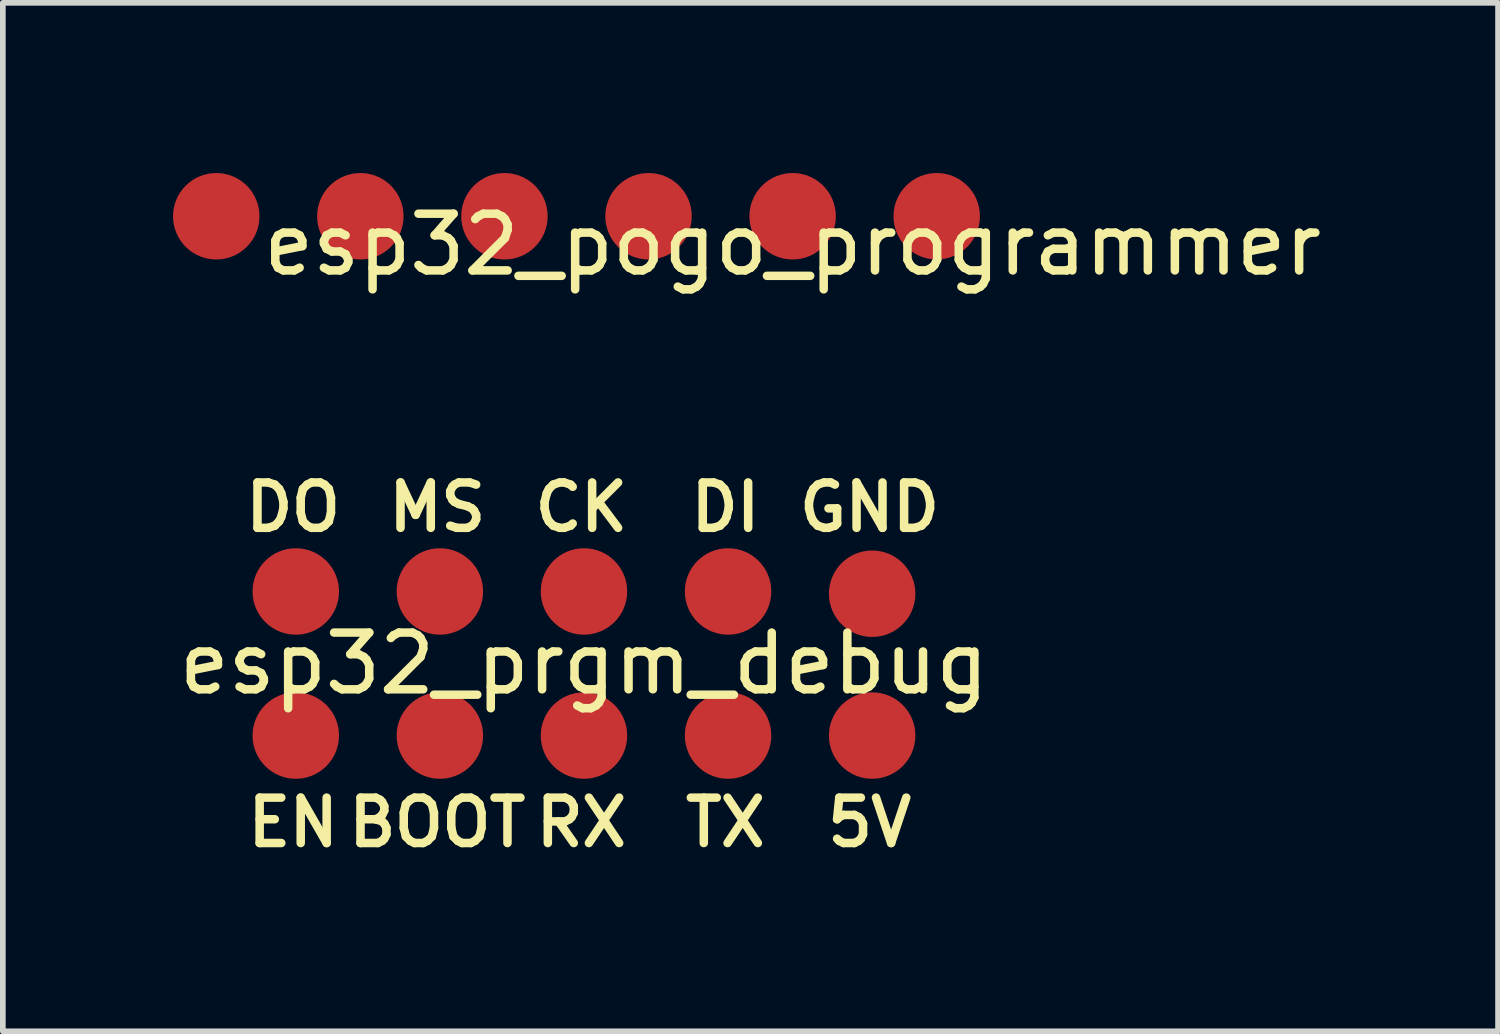
<source format=kicad_pcb>
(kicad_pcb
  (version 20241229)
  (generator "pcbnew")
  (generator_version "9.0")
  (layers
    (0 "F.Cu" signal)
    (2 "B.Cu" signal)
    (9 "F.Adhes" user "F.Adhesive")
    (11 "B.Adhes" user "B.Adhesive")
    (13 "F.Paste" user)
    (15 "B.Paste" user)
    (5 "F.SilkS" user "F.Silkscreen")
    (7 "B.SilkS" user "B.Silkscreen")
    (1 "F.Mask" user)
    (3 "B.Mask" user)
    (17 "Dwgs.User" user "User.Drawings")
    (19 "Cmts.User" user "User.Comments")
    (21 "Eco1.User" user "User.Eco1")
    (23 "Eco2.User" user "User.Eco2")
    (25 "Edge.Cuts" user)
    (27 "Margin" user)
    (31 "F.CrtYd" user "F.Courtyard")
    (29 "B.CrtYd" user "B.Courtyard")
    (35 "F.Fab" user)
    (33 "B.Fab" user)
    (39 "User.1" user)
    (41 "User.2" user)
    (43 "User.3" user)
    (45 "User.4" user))
  (footprint "esp32_pogo_programmer"
    (layer "F.Cu")
    (at 0.762 0.762)
    (property "Reference" "esp32_pogo_programmer" (at 10.16 0.5 0) (layer "F.SilkS") (effects (font (size 1 1) (thickness 0.15))))
    (attr through_hole)
    (pad "1" smd circle (at 0 0) (size 1.524 1.524) (layers "F.Cu" "F.Mask" "F.Paste"))
    (pad "2" smd circle (at 2.54 0) (size 1.524 1.524) (layers "F.Cu" "F.Mask" "F.Paste"))
    (pad "3" smd circle (at 5.08 0) (size 1.524 1.524) (layers "F.Cu" "F.Mask" "F.Paste"))
    (pad "4" smd circle (at 7.62 0) (size 1.524 1.524) (layers "F.Cu" "F.Mask" "F.Paste"))
    (pad "5" smd circle (at 10.16 0) (size 1.524 1.524) (layers "F.Cu" "F.Mask" "F.Paste"))
    (pad "6" smd circle (at 12.7 0) (size 1.524 1.524) (layers "F.Cu" "F.Mask" "F.Paste")))
  (footprint "esp32_prgm_debug"
    (layer "F.Cu")
    (at 7.244 8.646)
    (property "Reference" "esp32_prgm_debug" (at 0 0 0) (unlocked yes) (layer "F.SilkS") (effects (font (size 1 1) (thickness 0.15))))
    (attr smd)
    (fp_text user "CK" (at -0.945 -2.286 0) (unlocked yes) (layer "F.SilkS") (effects (font (size 0.8 0.8) (thickness 0.15)) (justify left bottom)))
    (fp_text user "DI" (at 1.805 -2.286 0) (unlocked yes) (layer "F.SilkS") (effects (font (size 0.8 0.8) (thickness 0.15)) (justify left bottom)))
    (fp_text user "5V" (at 4.211 3.27 0) (unlocked yes) (layer "F.SilkS") (effects (font (size 0.8 0.8) (thickness 0.15) (bold yes)) (justify left bottom)))
    (fp_text user "RX" (at -0.926 3.27 0) (unlocked yes) (layer "F.SilkS") (effects (font (size 0.8 0.8) (thickness 0.15)) (justify left bottom)))
    (fp_text user "EN" (at -6.006 3.27 0) (unlocked yes) (layer "F.SilkS") (effects (font (size 0.8 0.8) (thickness 0.15)) (justify left bottom)))
    (fp_text user "DO" (at -6.044 -2.286 0) (unlocked yes) (layer "F.SilkS") (effects (font (size 0.8 0.8) (thickness 0.15)) (justify left bottom)))
    (fp_text user "MS" (at -3.523 -2.286 0) (unlocked yes) (layer "F.SilkS") (effects (font (size 0.8 0.8) (thickness 0.15)) (justify left bottom)))
    (fp_text user "BOOT" (at -4.228 3.27 0) (unlocked yes) (layer "F.SilkS") (effects (font (size 0.8 0.8) (thickness 0.15)) (justify left bottom)))
    (fp_text user "GND\n" (at 3.716 -2.286 0) (unlocked yes) (layer "F.SilkS") (effects (font (size 0.8 0.8) (thickness 0.15)) (justify left bottom)))
    (fp_text user "TX\n" (at 1.709 3.27 0) (unlocked yes) (layer "F.SilkS") (effects (font (size 0.8 0.8) (thickness 0.15)) (justify left bottom)))
    (pad "1" smd circle (at 5.08 1.27 180) (size 1.524 1.524) (layers "F.Cu" "F.Mask" "F.Paste"))
    (pad "2" smd circle (at 2.54 1.27 180) (size 1.524 1.524) (layers "F.Cu" "F.Mask" "F.Paste"))
    (pad "3" smd circle (at 0 1.27 180) (size 1.524 1.524) (layers "F.Cu" "F.Mask" "F.Paste"))
    (pad "4" smd circle (at -2.54 1.27 180) (size 1.524 1.524) (layers "F.Cu" "F.Mask" "F.Paste"))
    (pad "5" smd circle (at -5.08 1.27 180) (size 1.524 1.524) (layers "F.Cu" "F.Mask" "F.Paste"))
    (pad "6" smd circle (at -5.08 -1.27) (size 1.524 1.524) (layers "F.Cu" "F.Mask" "F.Paste"))
    (pad "7" smd circle (at -2.54 -1.27) (size 1.524 1.524) (layers "F.Cu" "F.Mask" "F.Paste"))
    (pad "8" smd circle (at 0 -1.27) (size 1.524 1.524) (layers "F.Cu" "F.Mask" "F.Paste"))
    (pad "9" smd circle (at 2.54 -1.27) (size 1.524 1.524) (layers "F.Cu" "F.Mask" "F.Paste"))
    (pad "10" smd circle (at 5.08 -1.23) (size 1.524 1.524) (layers "F.Cu" "F.Mask" "F.Paste")))
  (gr_rect
    (start -3 -3)
    (end 23.357 15.129)
    (stroke (width 0.1) (type default))
    (fill no)
    (layer "Edge.Cuts")))
</source>
